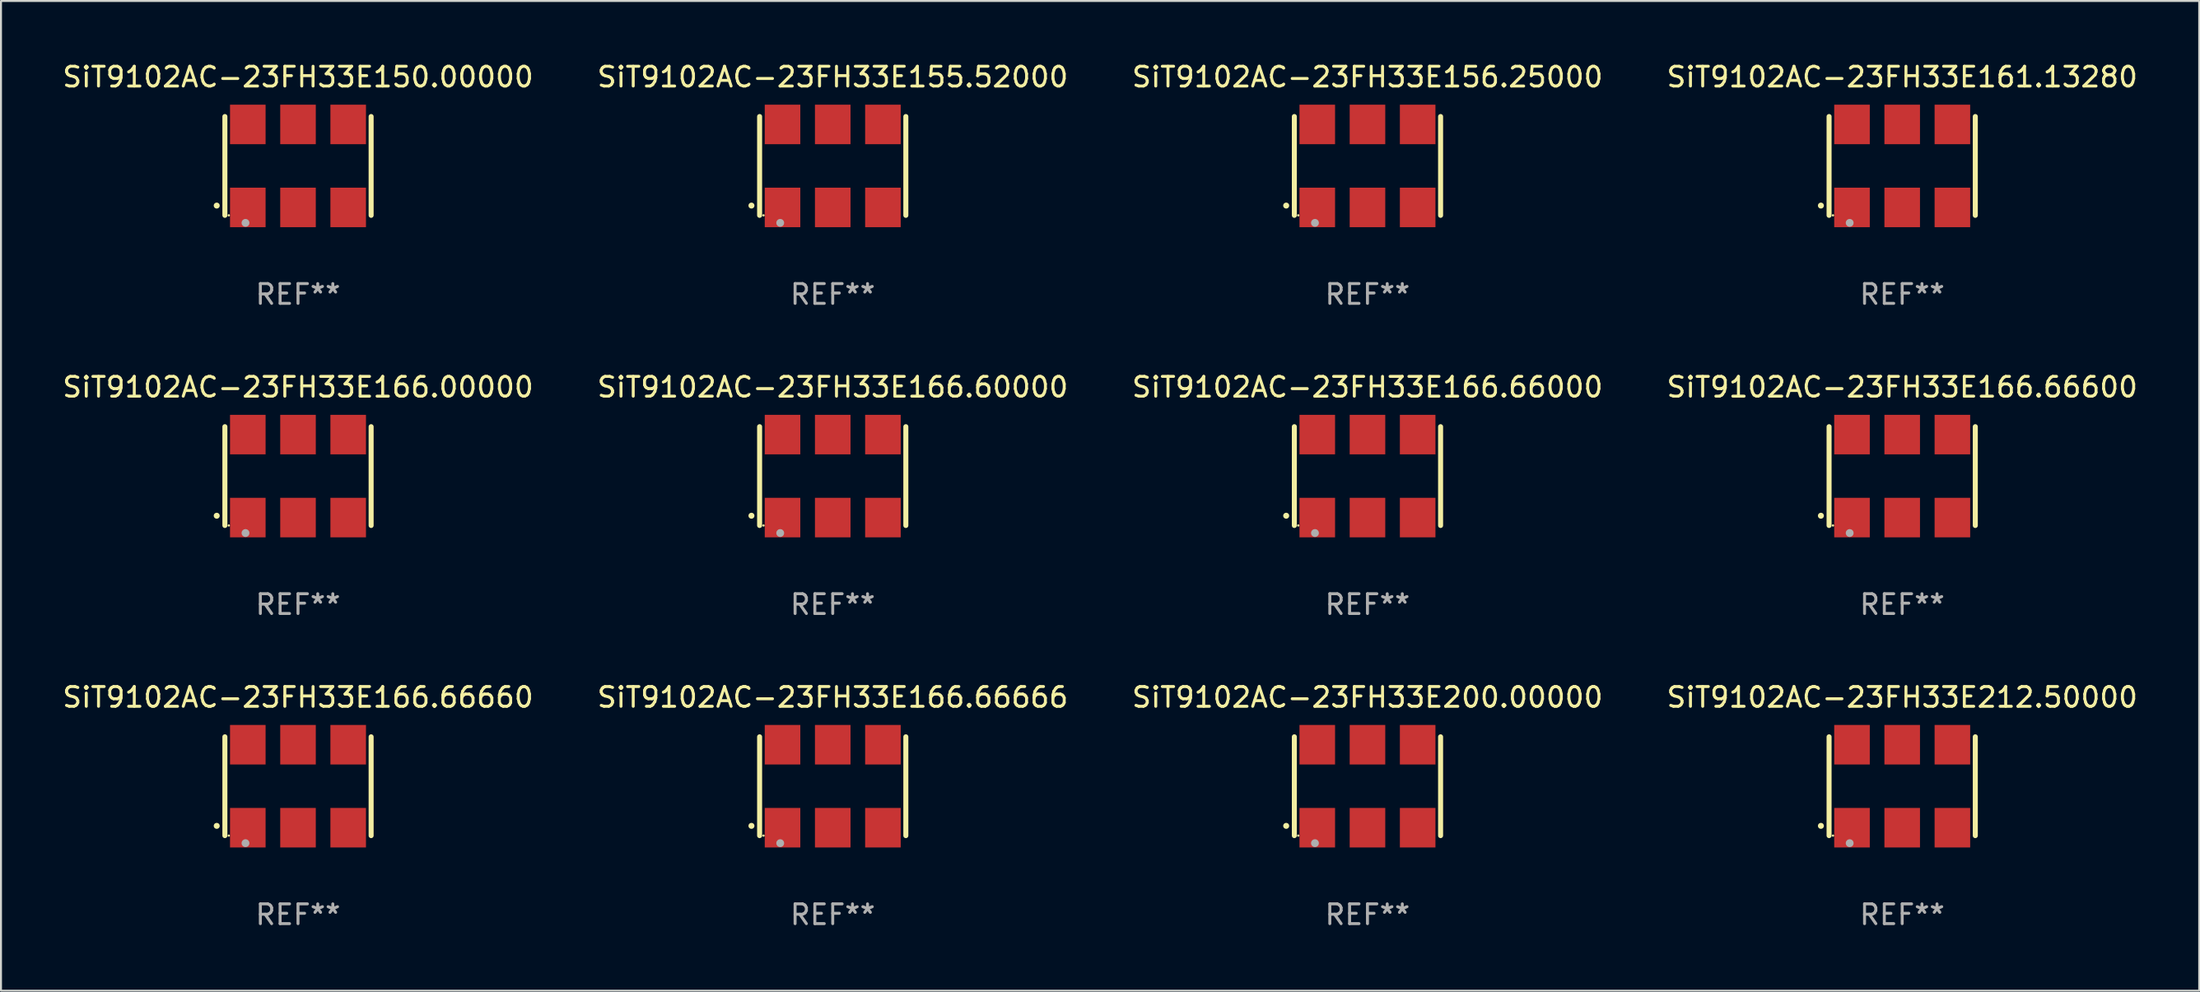
<source format=kicad_pcb>
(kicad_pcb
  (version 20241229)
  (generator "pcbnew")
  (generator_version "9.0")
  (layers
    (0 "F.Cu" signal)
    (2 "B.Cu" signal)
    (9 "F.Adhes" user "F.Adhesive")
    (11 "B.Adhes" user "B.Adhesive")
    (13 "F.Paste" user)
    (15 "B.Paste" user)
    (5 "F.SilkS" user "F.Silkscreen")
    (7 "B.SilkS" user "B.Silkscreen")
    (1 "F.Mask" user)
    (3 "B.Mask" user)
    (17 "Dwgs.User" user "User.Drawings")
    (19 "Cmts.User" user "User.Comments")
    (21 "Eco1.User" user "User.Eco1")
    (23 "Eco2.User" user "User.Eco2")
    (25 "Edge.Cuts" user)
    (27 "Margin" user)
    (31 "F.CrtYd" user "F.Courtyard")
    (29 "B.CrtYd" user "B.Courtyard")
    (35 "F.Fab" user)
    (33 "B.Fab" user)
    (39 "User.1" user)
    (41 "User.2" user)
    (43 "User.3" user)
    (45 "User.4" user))
  (footprint "SiT9102AC-23FH33E150.00000"
    (layer "F.Cu")
    (at 12.03 5.348)
    (property "Reference" "SiT9102AC-23FH33E150.00000" (at 0 -4.5 0) (layer "F.SilkS") (effects (font (size 1 1) (thickness 0.15))))
    (attr through_hole)
    (fp_line (start -3.7 -2.5) (end -3.7 2.5) (stroke (width 0.254) (type solid)) (layer "F.SilkS"))
    (fp_line (start 3.7 -2.5) (end 3.7 2.5) (stroke (width 0.254) (type solid)) (layer "F.SilkS"))
    (fp_arc (start -4.114415 2.006604) (mid -4.113145 2.006599) (end -4.111875 2.006604) (stroke (width 0.3) (type solid)) (layer "F.SilkS"))
    (fp_circle (center -3.502 2.5) (end -3.472 2.5) (stroke (width 0.06) (type solid)) (fill no) (layer "F.SilkS"))
    (fp_circle (center -2.657 2.882) (end -2.557 2.882) (stroke (width 0.2) (type solid)) (fill no) (layer "F.Fab"))
    (fp_text user "REF**" (at 0 6.5 0) (layer "F.Fab") (effects (font (size 1 1) (thickness 0.15))))
    (pad "1" smd rect (at -2.54 2.1) (size 1.8 2) (layers "F.Cu" "F.Mask" "F.Paste"))
    (pad "2" smd rect (at 0.000394 2.1) (size 1.8 2) (layers "F.Cu" "F.Mask" "F.Paste"))
    (pad "3" smd rect (at 2.54 2.1) (size 1.8 2) (layers "F.Cu" "F.Mask" "F.Paste"))
    (pad "4" smd rect (at 2.54 -2.1) (size 1.8 2) (layers "F.Cu" "F.Mask" "F.Paste"))
    (pad "5" smd rect (at 0.000394 -2.1) (size 1.8 2) (layers "F.Cu" "F.Mask" "F.Paste"))
    (pad "6" smd rect (at -2.54 -2.1) (size 1.8 2) (layers "F.Cu" "F.Mask" "F.Paste")))
  (footprint "SiT9102AC-23FH33E212.50000"
    (layer "F.Cu")
    (at 93.208 36.741)
    (property "Reference" "SiT9102AC-23FH33E212.50000" (at 0 -4.5 0) (layer "F.SilkS") (effects (font (size 1 1) (thickness 0.15))))
    (attr through_hole)
    (fp_line (start -3.7 -2.5) (end -3.7 2.5) (stroke (width 0.254) (type solid)) (layer "F.SilkS"))
    (fp_line (start 3.7 -2.5) (end 3.7 2.5) (stroke (width 0.254) (type solid)) (layer "F.SilkS"))
    (fp_arc (start -4.114415 2.006604) (mid -4.113145 2.006599) (end -4.111875 2.006604) (stroke (width 0.3) (type solid)) (layer "F.SilkS"))
    (fp_circle (center -3.502 2.5) (end -3.472 2.5) (stroke (width 0.06) (type solid)) (fill no) (layer "F.SilkS"))
    (fp_circle (center -2.657 2.882) (end -2.557 2.882) (stroke (width 0.2) (type solid)) (fill no) (layer "F.Fab"))
    (fp_text user "REF**" (at 0 6.5 0) (layer "F.Fab") (effects (font (size 1 1) (thickness 0.15))))
    (pad "1" smd rect (at -2.54 2.1) (size 1.8 2) (layers "F.Cu" "F.Mask" "F.Paste"))
    (pad "2" smd rect (at 0.000394 2.1) (size 1.8 2) (layers "F.Cu" "F.Mask" "F.Paste"))
    (pad "3" smd rect (at 2.54 2.1) (size 1.8 2) (layers "F.Cu" "F.Mask" "F.Paste"))
    (pad "4" smd rect (at 2.54 -2.1) (size 1.8 2) (layers "F.Cu" "F.Mask" "F.Paste"))
    (pad "5" smd rect (at 0.000394 -2.1) (size 1.8 2) (layers "F.Cu" "F.Mask" "F.Paste"))
    (pad "6" smd rect (at -2.54 -2.1) (size 1.8 2) (layers "F.Cu" "F.Mask" "F.Paste")))
  (footprint "SiT9102AC-23FH33E166.66000"
    (layer "F.Cu")
    (at 66.149 21.045)
    (property "Reference" "SiT9102AC-23FH33E166.66000" (at 0 -4.5 0) (layer "F.SilkS") (effects (font (size 1 1) (thickness 0.15))))
    (attr through_hole)
    (fp_line (start -3.7 -2.5) (end -3.7 2.5) (stroke (width 0.254) (type solid)) (layer "F.SilkS"))
    (fp_line (start 3.7 -2.5) (end 3.7 2.5) (stroke (width 0.254) (type solid)) (layer "F.SilkS"))
    (fp_arc (start -4.114415 2.006604) (mid -4.113145 2.006599) (end -4.111875 2.006604) (stroke (width 0.3) (type solid)) (layer "F.SilkS"))
    (fp_circle (center -3.502 2.5) (end -3.472 2.5) (stroke (width 0.06) (type solid)) (fill no) (layer "F.SilkS"))
    (fp_circle (center -2.657 2.882) (end -2.557 2.882) (stroke (width 0.2) (type solid)) (fill no) (layer "F.Fab"))
    (fp_text user "REF**" (at 0 6.5 0) (layer "F.Fab") (effects (font (size 1 1) (thickness 0.15))))
    (pad "1" smd rect (at -2.54 2.1) (size 1.8 2) (layers "F.Cu" "F.Mask" "F.Paste"))
    (pad "2" smd rect (at 0.000394 2.1) (size 1.8 2) (layers "F.Cu" "F.Mask" "F.Paste"))
    (pad "3" smd rect (at 2.54 2.1) (size 1.8 2) (layers "F.Cu" "F.Mask" "F.Paste"))
    (pad "4" smd rect (at 2.54 -2.1) (size 1.8 2) (layers "F.Cu" "F.Mask" "F.Paste"))
    (pad "5" smd rect (at 0.000394 -2.1) (size 1.8 2) (layers "F.Cu" "F.Mask" "F.Paste"))
    (pad "6" smd rect (at -2.54 -2.1) (size 1.8 2) (layers "F.Cu" "F.Mask" "F.Paste")))
  (footprint "SiT9102AC-23FH33E161.13280"
    (layer "F.Cu")
    (at 93.208 5.348)
    (property "Reference" "SiT9102AC-23FH33E161.13280" (at 0 -4.5 0) (layer "F.SilkS") (effects (font (size 1 1) (thickness 0.15))))
    (attr through_hole)
    (fp_line (start -3.7 -2.5) (end -3.7 2.5) (stroke (width 0.254) (type solid)) (layer "F.SilkS"))
    (fp_line (start 3.7 -2.5) (end 3.7 2.5) (stroke (width 0.254) (type solid)) (layer "F.SilkS"))
    (fp_arc (start -4.114415 2.006604) (mid -4.113145 2.006599) (end -4.111875 2.006604) (stroke (width 0.3) (type solid)) (layer "F.SilkS"))
    (fp_circle (center -3.502 2.5) (end -3.472 2.5) (stroke (width 0.06) (type solid)) (fill no) (layer "F.SilkS"))
    (fp_circle (center -2.657 2.882) (end -2.557 2.882) (stroke (width 0.2) (type solid)) (fill no) (layer "F.Fab"))
    (fp_text user "REF**" (at 0 6.5 0) (layer "F.Fab") (effects (font (size 1 1) (thickness 0.15))))
    (pad "1" smd rect (at -2.54 2.1) (size 1.8 2) (layers "F.Cu" "F.Mask" "F.Paste"))
    (pad "2" smd rect (at 0.000394 2.1) (size 1.8 2) (layers "F.Cu" "F.Mask" "F.Paste"))
    (pad "3" smd rect (at 2.54 2.1) (size 1.8 2) (layers "F.Cu" "F.Mask" "F.Paste"))
    (pad "4" smd rect (at 2.54 -2.1) (size 1.8 2) (layers "F.Cu" "F.Mask" "F.Paste"))
    (pad "5" smd rect (at 0.000394 -2.1) (size 1.8 2) (layers "F.Cu" "F.Mask" "F.Paste"))
    (pad "6" smd rect (at -2.54 -2.1) (size 1.8 2) (layers "F.Cu" "F.Mask" "F.Paste")))
  (footprint "SiT9102AC-23FH33E166.00000"
    (layer "F.Cu")
    (at 12.03 21.045)
    (property "Reference" "SiT9102AC-23FH33E166.00000" (at 0 -4.5 0) (layer "F.SilkS") (effects (font (size 1 1) (thickness 0.15))))
    (attr through_hole)
    (fp_line (start -3.7 -2.5) (end -3.7 2.5) (stroke (width 0.254) (type solid)) (layer "F.SilkS"))
    (fp_line (start 3.7 -2.5) (end 3.7 2.5) (stroke (width 0.254) (type solid)) (layer "F.SilkS"))
    (fp_arc (start -4.114415 2.006604) (mid -4.113145 2.006599) (end -4.111875 2.006604) (stroke (width 0.3) (type solid)) (layer "F.SilkS"))
    (fp_circle (center -3.502 2.5) (end -3.472 2.5) (stroke (width 0.06) (type solid)) (fill no) (layer "F.SilkS"))
    (fp_circle (center -2.657 2.882) (end -2.557 2.882) (stroke (width 0.2) (type solid)) (fill no) (layer "F.Fab"))
    (fp_text user "REF**" (at 0 6.5 0) (layer "F.Fab") (effects (font (size 1 1) (thickness 0.15))))
    (pad "1" smd rect (at -2.54 2.1) (size 1.8 2) (layers "F.Cu" "F.Mask" "F.Paste"))
    (pad "2" smd rect (at 0.000394 2.1) (size 1.8 2) (layers "F.Cu" "F.Mask" "F.Paste"))
    (pad "3" smd rect (at 2.54 2.1) (size 1.8 2) (layers "F.Cu" "F.Mask" "F.Paste"))
    (pad "4" smd rect (at 2.54 -2.1) (size 1.8 2) (layers "F.Cu" "F.Mask" "F.Paste"))
    (pad "5" smd rect (at 0.000394 -2.1) (size 1.8 2) (layers "F.Cu" "F.Mask" "F.Paste"))
    (pad "6" smd rect (at -2.54 -2.1) (size 1.8 2) (layers "F.Cu" "F.Mask" "F.Paste")))
  (footprint "SiT9102AC-23FH33E166.66660"
    (layer "F.Cu")
    (at 12.03 36.741)
    (property "Reference" "SiT9102AC-23FH33E166.66660" (at 0 -4.5 0) (layer "F.SilkS") (effects (font (size 1 1) (thickness 0.15))))
    (attr through_hole)
    (fp_line (start -3.7 -2.5) (end -3.7 2.5) (stroke (width 0.254) (type solid)) (layer "F.SilkS"))
    (fp_line (start 3.7 -2.5) (end 3.7 2.5) (stroke (width 0.254) (type solid)) (layer "F.SilkS"))
    (fp_arc (start -4.114415 2.006604) (mid -4.113145 2.006599) (end -4.111875 2.006604) (stroke (width 0.3) (type solid)) (layer "F.SilkS"))
    (fp_circle (center -3.502 2.5) (end -3.472 2.5) (stroke (width 0.06) (type solid)) (fill no) (layer "F.SilkS"))
    (fp_circle (center -2.657 2.882) (end -2.557 2.882) (stroke (width 0.2) (type solid)) (fill no) (layer "F.Fab"))
    (fp_text user "REF**" (at 0 6.5 0) (layer "F.Fab") (effects (font (size 1 1) (thickness 0.15))))
    (pad "1" smd rect (at -2.54 2.1) (size 1.8 2) (layers "F.Cu" "F.Mask" "F.Paste"))
    (pad "2" smd rect (at 0.000394 2.1) (size 1.8 2) (layers "F.Cu" "F.Mask" "F.Paste"))
    (pad "3" smd rect (at 2.54 2.1) (size 1.8 2) (layers "F.Cu" "F.Mask" "F.Paste"))
    (pad "4" smd rect (at 2.54 -2.1) (size 1.8 2) (layers "F.Cu" "F.Mask" "F.Paste"))
    (pad "5" smd rect (at 0.000394 -2.1) (size 1.8 2) (layers "F.Cu" "F.Mask" "F.Paste"))
    (pad "6" smd rect (at -2.54 -2.1) (size 1.8 2) (layers "F.Cu" "F.Mask" "F.Paste")))
  (footprint "SiT9102AC-23FH33E156.25000"
    (layer "F.Cu")
    (at 66.149 5.348)
    (property "Reference" "SiT9102AC-23FH33E156.25000" (at 0 -4.5 0) (layer "F.SilkS") (effects (font (size 1 1) (thickness 0.15))))
    (attr through_hole)
    (fp_line (start -3.7 -2.5) (end -3.7 2.5) (stroke (width 0.254) (type solid)) (layer "F.SilkS"))
    (fp_line (start 3.7 -2.5) (end 3.7 2.5) (stroke (width 0.254) (type solid)) (layer "F.SilkS"))
    (fp_arc (start -4.114415 2.006604) (mid -4.113145 2.006599) (end -4.111875 2.006604) (stroke (width 0.3) (type solid)) (layer "F.SilkS"))
    (fp_circle (center -3.502 2.5) (end -3.472 2.5) (stroke (width 0.06) (type solid)) (fill no) (layer "F.SilkS"))
    (fp_circle (center -2.657 2.882) (end -2.557 2.882) (stroke (width 0.2) (type solid)) (fill no) (layer "F.Fab"))
    (fp_text user "REF**" (at 0 6.5 0) (layer "F.Fab") (effects (font (size 1 1) (thickness 0.15))))
    (pad "1" smd rect (at -2.54 2.1) (size 1.8 2) (layers "F.Cu" "F.Mask" "F.Paste"))
    (pad "2" smd rect (at 0.000394 2.1) (size 1.8 2) (layers "F.Cu" "F.Mask" "F.Paste"))
    (pad "3" smd rect (at 2.54 2.1) (size 1.8 2) (layers "F.Cu" "F.Mask" "F.Paste"))
    (pad "4" smd rect (at 2.54 -2.1) (size 1.8 2) (layers "F.Cu" "F.Mask" "F.Paste"))
    (pad "5" smd rect (at 0.000394 -2.1) (size 1.8 2) (layers "F.Cu" "F.Mask" "F.Paste"))
    (pad "6" smd rect (at -2.54 -2.1) (size 1.8 2) (layers "F.Cu" "F.Mask" "F.Paste")))
  (footprint "SiT9102AC-23FH33E166.66666"
    (layer "F.Cu")
    (at 39.089 36.741)
    (property "Reference" "SiT9102AC-23FH33E166.66666" (at 0 -4.5 0) (layer "F.SilkS") (effects (font (size 1 1) (thickness 0.15))))
    (attr through_hole)
    (fp_line (start -3.7 -2.5) (end -3.7 2.5) (stroke (width 0.254) (type solid)) (layer "F.SilkS"))
    (fp_line (start 3.7 -2.5) (end 3.7 2.5) (stroke (width 0.254) (type solid)) (layer "F.SilkS"))
    (fp_arc (start -4.114415 2.006604) (mid -4.113145 2.006599) (end -4.111875 2.006604) (stroke (width 0.3) (type solid)) (layer "F.SilkS"))
    (fp_circle (center -3.502 2.5) (end -3.472 2.5) (stroke (width 0.06) (type solid)) (fill no) (layer "F.SilkS"))
    (fp_circle (center -2.657 2.882) (end -2.557 2.882) (stroke (width 0.2) (type solid)) (fill no) (layer "F.Fab"))
    (fp_text user "REF**" (at 0 6.5 0) (layer "F.Fab") (effects (font (size 1 1) (thickness 0.15))))
    (pad "1" smd rect (at -2.54 2.1) (size 1.8 2) (layers "F.Cu" "F.Mask" "F.Paste"))
    (pad "2" smd rect (at 0.000394 2.1) (size 1.8 2) (layers "F.Cu" "F.Mask" "F.Paste"))
    (pad "3" smd rect (at 2.54 2.1) (size 1.8 2) (layers "F.Cu" "F.Mask" "F.Paste"))
    (pad "4" smd rect (at 2.54 -2.1) (size 1.8 2) (layers "F.Cu" "F.Mask" "F.Paste"))
    (pad "5" smd rect (at 0.000394 -2.1) (size 1.8 2) (layers "F.Cu" "F.Mask" "F.Paste"))
    (pad "6" smd rect (at -2.54 -2.1) (size 1.8 2) (layers "F.Cu" "F.Mask" "F.Paste")))
  (footprint "SiT9102AC-23FH33E200.00000"
    (layer "F.Cu")
    (at 66.149 36.741)
    (property "Reference" "SiT9102AC-23FH33E200.00000" (at 0 -4.5 0) (layer "F.SilkS") (effects (font (size 1 1) (thickness 0.15))))
    (attr through_hole)
    (fp_line (start -3.7 -2.5) (end -3.7 2.5) (stroke (width 0.254) (type solid)) (layer "F.SilkS"))
    (fp_line (start 3.7 -2.5) (end 3.7 2.5) (stroke (width 0.254) (type solid)) (layer "F.SilkS"))
    (fp_arc (start -4.114415 2.006604) (mid -4.113145 2.006599) (end -4.111875 2.006604) (stroke (width 0.3) (type solid)) (layer "F.SilkS"))
    (fp_circle (center -3.502 2.5) (end -3.472 2.5) (stroke (width 0.06) (type solid)) (fill no) (layer "F.SilkS"))
    (fp_circle (center -2.657 2.882) (end -2.557 2.882) (stroke (width 0.2) (type solid)) (fill no) (layer "F.Fab"))
    (fp_text user "REF**" (at 0 6.5 0) (layer "F.Fab") (effects (font (size 1 1) (thickness 0.15))))
    (pad "1" smd rect (at -2.54 2.1) (size 1.8 2) (layers "F.Cu" "F.Mask" "F.Paste"))
    (pad "2" smd rect (at 0.000394 2.1) (size 1.8 2) (layers "F.Cu" "F.Mask" "F.Paste"))
    (pad "3" smd rect (at 2.54 2.1) (size 1.8 2) (layers "F.Cu" "F.Mask" "F.Paste"))
    (pad "4" smd rect (at 2.54 -2.1) (size 1.8 2) (layers "F.Cu" "F.Mask" "F.Paste"))
    (pad "5" smd rect (at 0.000394 -2.1) (size 1.8 2) (layers "F.Cu" "F.Mask" "F.Paste"))
    (pad "6" smd rect (at -2.54 -2.1) (size 1.8 2) (layers "F.Cu" "F.Mask" "F.Paste")))
  (footprint "SiT9102AC-23FH33E155.52000"
    (layer "F.Cu")
    (at 39.089 5.348)
    (property "Reference" "SiT9102AC-23FH33E155.52000" (at 0 -4.5 0) (layer "F.SilkS") (effects (font (size 1 1) (thickness 0.15))))
    (attr through_hole)
    (fp_line (start -3.7 -2.5) (end -3.7 2.5) (stroke (width 0.254) (type solid)) (layer "F.SilkS"))
    (fp_line (start 3.7 -2.5) (end 3.7 2.5) (stroke (width 0.254) (type solid)) (layer "F.SilkS"))
    (fp_arc (start -4.114415 2.006604) (mid -4.113145 2.006599) (end -4.111875 2.006604) (stroke (width 0.3) (type solid)) (layer "F.SilkS"))
    (fp_circle (center -3.502 2.5) (end -3.472 2.5) (stroke (width 0.06) (type solid)) (fill no) (layer "F.SilkS"))
    (fp_circle (center -2.657 2.882) (end -2.557 2.882) (stroke (width 0.2) (type solid)) (fill no) (layer "F.Fab"))
    (fp_text user "REF**" (at 0 6.5 0) (layer "F.Fab") (effects (font (size 1 1) (thickness 0.15))))
    (pad "1" smd rect (at -2.54 2.1) (size 1.8 2) (layers "F.Cu" "F.Mask" "F.Paste"))
    (pad "2" smd rect (at 0.000394 2.1) (size 1.8 2) (layers "F.Cu" "F.Mask" "F.Paste"))
    (pad "3" smd rect (at 2.54 2.1) (size 1.8 2) (layers "F.Cu" "F.Mask" "F.Paste"))
    (pad "4" smd rect (at 2.54 -2.1) (size 1.8 2) (layers "F.Cu" "F.Mask" "F.Paste"))
    (pad "5" smd rect (at 0.000394 -2.1) (size 1.8 2) (layers "F.Cu" "F.Mask" "F.Paste"))
    (pad "6" smd rect (at -2.54 -2.1) (size 1.8 2) (layers "F.Cu" "F.Mask" "F.Paste")))
  (footprint "SiT9102AC-23FH33E166.60000"
    (layer "F.Cu")
    (at 39.089 21.045)
    (property "Reference" "SiT9102AC-23FH33E166.60000" (at 0 -4.5 0) (layer "F.SilkS") (effects (font (size 1 1) (thickness 0.15))))
    (attr through_hole)
    (fp_line (start -3.7 -2.5) (end -3.7 2.5) (stroke (width 0.254) (type solid)) (layer "F.SilkS"))
    (fp_line (start 3.7 -2.5) (end 3.7 2.5) (stroke (width 0.254) (type solid)) (layer "F.SilkS"))
    (fp_arc (start -4.114415 2.006604) (mid -4.113145 2.006599) (end -4.111875 2.006604) (stroke (width 0.3) (type solid)) (layer "F.SilkS"))
    (fp_circle (center -3.502 2.5) (end -3.472 2.5) (stroke (width 0.06) (type solid)) (fill no) (layer "F.SilkS"))
    (fp_circle (center -2.657 2.882) (end -2.557 2.882) (stroke (width 0.2) (type solid)) (fill no) (layer "F.Fab"))
    (fp_text user "REF**" (at 0 6.5 0) (layer "F.Fab") (effects (font (size 1 1) (thickness 0.15))))
    (pad "1" smd rect (at -2.54 2.1) (size 1.8 2) (layers "F.Cu" "F.Mask" "F.Paste"))
    (pad "2" smd rect (at 0.000394 2.1) (size 1.8 2) (layers "F.Cu" "F.Mask" "F.Paste"))
    (pad "3" smd rect (at 2.54 2.1) (size 1.8 2) (layers "F.Cu" "F.Mask" "F.Paste"))
    (pad "4" smd rect (at 2.54 -2.1) (size 1.8 2) (layers "F.Cu" "F.Mask" "F.Paste"))
    (pad "5" smd rect (at 0.000394 -2.1) (size 1.8 2) (layers "F.Cu" "F.Mask" "F.Paste"))
    (pad "6" smd rect (at -2.54 -2.1) (size 1.8 2) (layers "F.Cu" "F.Mask" "F.Paste")))
  (footprint "SiT9102AC-23FH33E166.66600"
    (layer "F.Cu")
    (at 93.208 21.045)
    (property "Reference" "SiT9102AC-23FH33E166.66600" (at 0 -4.5 0) (layer "F.SilkS") (effects (font (size 1 1) (thickness 0.15))))
    (attr through_hole)
    (fp_line (start -3.7 -2.5) (end -3.7 2.5) (stroke (width 0.254) (type solid)) (layer "F.SilkS"))
    (fp_line (start 3.7 -2.5) (end 3.7 2.5) (stroke (width 0.254) (type solid)) (layer "F.SilkS"))
    (fp_arc (start -4.114415 2.006604) (mid -4.113145 2.006599) (end -4.111875 2.006604) (stroke (width 0.3) (type solid)) (layer "F.SilkS"))
    (fp_circle (center -3.502 2.5) (end -3.472 2.5) (stroke (width 0.06) (type solid)) (fill no) (layer "F.SilkS"))
    (fp_circle (center -2.657 2.882) (end -2.557 2.882) (stroke (width 0.2) (type solid)) (fill no) (layer "F.Fab"))
    (fp_text user "REF**" (at 0 6.5 0) (layer "F.Fab") (effects (font (size 1 1) (thickness 0.15))))
    (pad "1" smd rect (at -2.54 2.1) (size 1.8 2) (layers "F.Cu" "F.Mask" "F.Paste"))
    (pad "2" smd rect (at 0.000394 2.1) (size 1.8 2) (layers "F.Cu" "F.Mask" "F.Paste"))
    (pad "3" smd rect (at 2.54 2.1) (size 1.8 2) (layers "F.Cu" "F.Mask" "F.Paste"))
    (pad "4" smd rect (at 2.54 -2.1) (size 1.8 2) (layers "F.Cu" "F.Mask" "F.Paste"))
    (pad "5" smd rect (at 0.000394 -2.1) (size 1.8 2) (layers "F.Cu" "F.Mask" "F.Paste"))
    (pad "6" smd rect (at -2.54 -2.1) (size 1.8 2) (layers "F.Cu" "F.Mask" "F.Paste")))
  (gr_rect
    (start -3 -3)
    (end 108.238 47.09)
    (stroke (width 0.1) (type default))
    (fill no)
    (layer "Edge.Cuts")))
</source>
